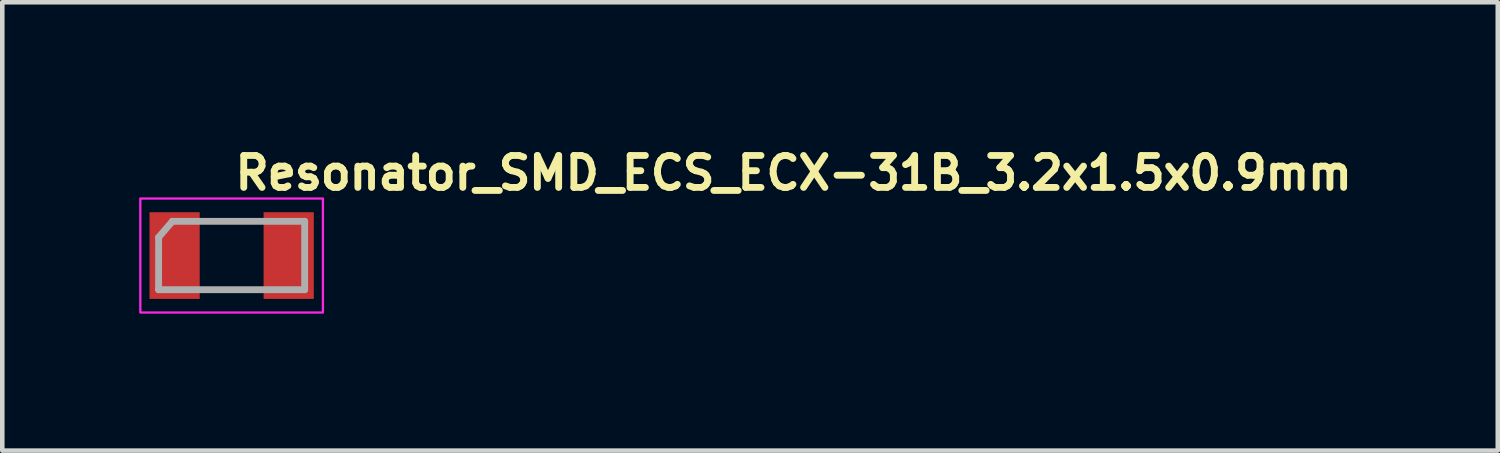
<source format=kicad_pcb>
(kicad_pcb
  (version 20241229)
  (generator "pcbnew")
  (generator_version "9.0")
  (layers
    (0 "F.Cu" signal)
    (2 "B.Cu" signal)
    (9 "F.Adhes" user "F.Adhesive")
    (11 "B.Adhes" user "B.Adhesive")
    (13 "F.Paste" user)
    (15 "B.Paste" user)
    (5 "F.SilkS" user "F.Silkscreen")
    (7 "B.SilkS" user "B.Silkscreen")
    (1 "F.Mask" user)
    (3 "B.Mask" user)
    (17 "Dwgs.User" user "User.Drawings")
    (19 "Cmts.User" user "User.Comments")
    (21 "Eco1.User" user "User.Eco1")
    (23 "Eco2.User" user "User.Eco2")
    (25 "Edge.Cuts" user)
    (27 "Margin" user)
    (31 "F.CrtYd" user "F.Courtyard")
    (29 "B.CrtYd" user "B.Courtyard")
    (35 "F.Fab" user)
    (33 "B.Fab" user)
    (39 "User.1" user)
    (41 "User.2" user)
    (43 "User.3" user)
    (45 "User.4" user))
  (footprint "Resonator_SMD_ECS_ECX-31B_3.2x1.5x0.9mm"
    (layer "F.Cu")
    (at 2.026 2.55)
    (property "Reference" "Resonator_SMD_ECS_ECX-31B_3.2x1.5x0.9mm" (at 0 -1.4 0) (layer "F.SilkS") (effects (font (size 0.7 0.7) (thickness 0.15)) (justify left bottom)))
    (attr smd)
    (fp_rect (start -2.001 -1.25) (end 2 1.248) (stroke (width 0.05) (type solid)) (fill no) (layer "F.CrtYd"))
    (fp_line (start -1.601 0.748) (end -1.6 -0.4) (stroke (width 0.15) (type solid)) (layer "F.Fab"))
    (fp_line (start -1.601 0.748) (end 1.6 0.748) (stroke (width 0.15) (type solid)) (layer "F.Fab"))
    (fp_line (start -1.3 -0.75) (end -1.6 -0.4) (stroke (width 0.15) (type solid)) (layer "F.Fab"))
    (fp_line (start 1.6 -0.75) (end -1.3 -0.75) (stroke (width 0.15) (type solid)) (layer "F.Fab"))
    (fp_line (start 1.6 0.748) (end 1.6 -0.75) (stroke (width 0.15) (type solid)) (layer "F.Fab"))
    (fp_rect (start -1.601 -0.75) (end 1.6 0.748) (stroke (width 0.1) (type solid)) (fill no) (layer "User.5"))
    (fp_line (start -1.601 -0.677) (end -1.601 0.675) (stroke (width 0.02) (type solid)) (layer "User.9"))
    (fp_line (start -1.601 0.675) (end -1.597 0.675) (stroke (width 0.02) (type solid)) (layer "User.9"))
    (fp_line (start -1.597 -0.677) (end -1.601 -0.677) (stroke (width 0.02) (type solid)) (layer "User.9"))
    (fp_line (start -1.597 0.675) (end -1.593 0.675) (stroke (width 0.02) (type solid)) (layer "User.9"))
    (fp_line (start -1.593 -0.677) (end -1.597 -0.677) (stroke (width 0.02) (type solid)) (layer "User.9"))
    (fp_line (start -1.593 0.675) (end -1.589 0.675) (stroke (width 0.02) (type solid)) (layer "User.9"))
    (fp_line (start -1.589 -0.677) (end -1.593 -0.677) (stroke (width 0.02) (type solid)) (layer "User.9"))
    (fp_line (start -1.589 0.675) (end -1.587 0.676) (stroke (width 0.02) (type solid)) (layer "User.9"))
    (fp_line (start -1.587 -0.678) (end -1.589 -0.677) (stroke (width 0.02) (type solid)) (layer "User.9"))
    (fp_line (start -1.587 0.676) (end -1.583 0.677) (stroke (width 0.02) (type solid)) (layer "User.9"))
    (fp_line (start -1.583 -0.679) (end -1.587 -0.678) (stroke (width 0.02) (type solid)) (layer "User.9"))
    (fp_line (start -1.583 0.677) (end -1.579 0.678) (stroke (width 0.02) (type solid)) (layer "User.9"))
    (fp_line (start -1.579 -0.68) (end -1.583 -0.679) (stroke (width 0.02) (type solid)) (layer "User.9"))
    (fp_line (start -1.579 0.678) (end -1.575 0.679) (stroke (width 0.02) (type solid)) (layer "User.9"))
    (fp_line (start -1.575 -0.681) (end -1.579 -0.68) (stroke (width 0.02) (type solid)) (layer "User.9"))
    (fp_line (start -1.575 0.679) (end -1.573 0.68) (stroke (width 0.02) (type solid)) (layer "User.9"))
    (fp_line (start -1.573 -0.682) (end -1.575 -0.681) (stroke (width 0.02) (type solid)) (layer "User.9"))
    (fp_line (start -1.573 0.68) (end -1.569 0.682) (stroke (width 0.02) (type solid)) (layer "User.9"))
    (fp_line (start -1.569 -0.684) (end -1.573 -0.682) (stroke (width 0.02) (type solid)) (layer "User.9"))
    (fp_line (start -1.569 0.682) (end -1.565 0.683) (stroke (width 0.02) (type solid)) (layer "User.9"))
    (fp_line (start -1.565 -0.685) (end -1.569 -0.684) (stroke (width 0.02) (type solid)) (layer "User.9"))
    (fp_line (start -1.565 0.683) (end -1.563 0.685) (stroke (width 0.02) (type solid)) (layer "User.9"))
    (fp_line (start -1.563 -0.687) (end -1.565 -0.685) (stroke (width 0.02) (type solid)) (layer "User.9"))
    (fp_line (start -1.563 0.685) (end -1.559 0.687) (stroke (width 0.02) (type solid)) (layer "User.9"))
    (fp_line (start -1.559 -0.689) (end -1.563 -0.687) (stroke (width 0.02) (type solid)) (layer "User.9"))
    (fp_line (start -1.559 0.687) (end -1.557 0.689) (stroke (width 0.02) (type solid)) (layer "User.9"))
    (fp_line (start -1.557 -0.691) (end -1.559 -0.689) (stroke (width 0.02) (type solid)) (layer "User.9"))
    (fp_line (start -1.557 0.689) (end -1.553 0.691) (stroke (width 0.02) (type solid)) (layer "User.9"))
    (fp_line (start -1.553 -0.693) (end -1.557 -0.691) (stroke (width 0.02) (type solid)) (layer "User.9"))
    (fp_line (start -1.553 0.691) (end -1.551 0.694) (stroke (width 0.02) (type solid)) (layer "User.9"))
    (fp_line (start -1.551 -0.696) (end -1.553 -0.693) (stroke (width 0.02) (type solid)) (layer "User.9"))
    (fp_line (start -1.551 0.694) (end -1.547 0.696) (stroke (width 0.02) (type solid)) (layer "User.9"))
    (fp_line (start -1.547 -0.698) (end -1.551 -0.696) (stroke (width 0.02) (type solid)) (layer "User.9"))
    (fp_line (start -1.547 -0.698) (end -1.547 -0.698) (stroke (width 0.02) (type solid)) (layer "User.9"))
    (fp_line (start -1.547 0.696) (end -1.547 0.696) (stroke (width 0.02) (type solid)) (layer "User.9"))
    (fp_line (start -1.547 0.696) (end -1.545 0.699) (stroke (width 0.02) (type solid)) (layer "User.9"))
    (fp_line (start -1.545 -0.701) (end -1.547 -0.698) (stroke (width 0.02) (type solid)) (layer "User.9"))
    (fp_line (start -1.545 0.699) (end -1.543 0.702) (stroke (width 0.02) (type solid)) (layer "User.9"))
    (fp_line (start -1.543 -0.704) (end -1.545 -0.701) (stroke (width 0.02) (type solid)) (layer "User.9"))
    (fp_line (start -1.543 0.702) (end -1.541 0.704) (stroke (width 0.02) (type solid)) (layer "User.9"))
    (fp_line (start -1.541 -0.706) (end -1.543 -0.704) (stroke (width 0.02) (type solid)) (layer "User.9"))
    (fp_line (start -1.541 0.704) (end -1.539 0.707) (stroke (width 0.02) (type solid)) (layer "User.9"))
    (fp_line (start -1.539 -0.709) (end -1.541 -0.706) (stroke (width 0.02) (type solid)) (layer "User.9"))
    (fp_line (start -1.539 0.707) (end -1.536 0.71) (stroke (width 0.02) (type solid)) (layer "User.9"))
    (fp_line (start -1.536 -0.712) (end -1.539 -0.709) (stroke (width 0.02) (type solid)) (layer "User.9"))
    (fp_line (start -1.536 0.71) (end -1.534 0.713) (stroke (width 0.02) (type solid)) (layer "User.9"))
    (fp_line (start -1.534 -0.718) (end -1.534 -0.715) (stroke (width 0.02) (type solid)) (layer "User.9"))
    (fp_line (start -1.534 -0.715) (end -1.536 -0.712) (stroke (width 0.02) (type solid)) (layer "User.9"))
    (fp_line (start -1.534 0.713) (end -1.534 0.716) (stroke (width 0.02) (type solid)) (layer "User.9"))
    (fp_line (start -1.534 0.716) (end -1.532 0.72) (stroke (width 0.02) (type solid)) (layer "User.9"))
    (fp_line (start -1.532 -0.722) (end -1.534 -0.718) (stroke (width 0.02) (type solid)) (layer "User.9"))
    (fp_line (start -1.532 0.72) (end -1.53 0.723) (stroke (width 0.02) (type solid)) (layer "User.9"))
    (fp_line (start -1.53 -0.729) (end -1.53 -0.725) (stroke (width 0.02) (type solid)) (layer "User.9"))
    (fp_line (start -1.53 -0.725) (end -1.532 -0.722) (stroke (width 0.02) (type solid)) (layer "User.9"))
    (fp_line (start -1.53 0.723) (end -1.53 0.727) (stroke (width 0.02) (type solid)) (layer "User.9"))
    (fp_line (start -1.53 0.727) (end -1.528 0.73) (stroke (width 0.02) (type solid)) (layer "User.9"))
    (fp_line (start -1.528 -0.736) (end -1.528 -0.732) (stroke (width 0.02) (type solid)) (layer "User.9"))
    (fp_line (start -1.528 -0.732) (end -1.53 -0.729) (stroke (width 0.02) (type solid)) (layer "User.9"))
    (fp_line (start -1.528 0.73) (end -1.528 0.734) (stroke (width 0.02) (type solid)) (layer "User.9"))
    (fp_line (start -1.528 0.734) (end -1.526 0.737) (stroke (width 0.02) (type solid)) (layer "User.9"))
    (fp_line (start -1.526 -0.75) (end -1.526 -0.747) (stroke (width 0.02) (type solid)) (layer "User.9"))
    (fp_line (start -1.526 -0.747) (end -1.526 -0.743) (stroke (width 0.02) (type solid)) (layer "User.9"))
    (fp_line (start -1.526 -0.743) (end -1.526 -0.739) (stroke (width 0.02) (type solid)) (layer "User.9"))
    (fp_line (start -1.526 -0.739) (end -1.528 -0.736) (stroke (width 0.02) (type solid)) (layer "User.9"))
    (fp_line (start -1.526 0.737) (end -1.526 0.741) (stroke (width 0.02) (type solid)) (layer "User.9"))
    (fp_line (start -1.526 0.741) (end -1.526 0.745) (stroke (width 0.02) (type solid)) (layer "User.9"))
    (fp_line (start -1.526 0.745) (end -1.526 0.748) (stroke (width 0.02) (type solid)) (layer "User.9"))
    (fp_line (start -1.526 0.748) (end 1.523 0.748) (stroke (width 0.02) (type solid)) (layer "User.9"))
    (fp_line (start -1.5 -0.567) (end -1.498 -0.572) (stroke (width 0.02) (type solid)) (layer "User.9"))
    (fp_line (start -1.5 -0.562) (end -1.5 -0.567) (stroke (width 0.02) (type solid)) (layer "User.9"))
    (fp_line (start -1.5 -0.557) (end -1.5 -0.562) (stroke (width 0.02) (type solid)) (layer "User.9"))
    (fp_line (start -1.5 -0.552) (end -1.5 -0.557) (stroke (width 0.02) (type solid)) (layer "User.9"))
    (fp_line (start -1.5 0.55) (end -1.5 -0.552) (stroke (width 0.02) (type solid)) (layer "User.9"))
    (fp_line (start -1.5 0.555) (end -1.5 0.55) (stroke (width 0.02) (type solid)) (layer "User.9"))
    (fp_line (start -1.5 0.56) (end -1.5 0.555) (stroke (width 0.02) (type solid)) (layer "User.9"))
    (fp_line (start -1.5 0.565) (end -1.5 0.56) (stroke (width 0.02) (type solid)) (layer "User.9"))
    (fp_line (start -1.498 -0.576) (end -1.496 -0.58) (stroke (width 0.02) (type solid)) (layer "User.9"))
    (fp_line (start -1.498 -0.572) (end -1.498 -0.576) (stroke (width 0.02) (type solid)) (layer "User.9"))
    (fp_line (start -1.498 0.57) (end -1.5 0.565) (stroke (width 0.02) (type solid)) (layer "User.9"))
    (fp_line (start -1.498 0.574) (end -1.498 0.57) (stroke (width 0.02) (type solid)) (layer "User.9"))
    (fp_line (start -1.496 -0.58) (end -1.494 -0.585) (stroke (width 0.02) (type solid)) (layer "User.9"))
    (fp_line (start -1.496 0.578) (end -1.498 0.574) (stroke (width 0.02) (type solid)) (layer "User.9"))
    (fp_line (start -1.494 -0.589) (end -1.492 -0.594) (stroke (width 0.02) (type solid)) (layer "User.9"))
    (fp_line (start -1.494 -0.585) (end -1.494 -0.589) (stroke (width 0.02) (type solid)) (layer "User.9"))
    (fp_line (start -1.494 0.583) (end -1.496 0.578) (stroke (width 0.02) (type solid)) (layer "User.9"))
    (fp_line (start -1.494 0.587) (end -1.494 0.583) (stroke (width 0.02) (type solid)) (layer "User.9"))
    (fp_line (start -1.492 -0.594) (end -1.488 -0.598) (stroke (width 0.02) (type solid)) (layer "User.9"))
    (fp_line (start -1.492 0.592) (end -1.494 0.587) (stroke (width 0.02) (type solid)) (layer "User.9"))
    (fp_line (start -1.488 -0.598) (end -1.486 -0.602) (stroke (width 0.02) (type solid)) (layer "User.9"))
    (fp_line (start -1.488 0.596) (end -1.492 0.592) (stroke (width 0.02) (type solid)) (layer "User.9"))
    (fp_line (start -1.486 -0.602) (end -1.484 -0.606) (stroke (width 0.02) (type solid)) (layer "User.9"))
    (fp_line (start -1.486 0.6) (end -1.488 0.596) (stroke (width 0.02) (type solid)) (layer "User.9"))
    (fp_line (start -1.484 -0.606) (end -1.482 -0.61) (stroke (width 0.02) (type solid)) (layer "User.9"))
    (fp_line (start -1.484 0.604) (end -1.486 0.6) (stroke (width 0.02) (type solid)) (layer "User.9"))
    (fp_line (start -1.482 -0.61) (end -1.478 -0.614) (stroke (width 0.02) (type solid)) (layer "User.9"))
    (fp_line (start -1.482 0.608) (end -1.484 0.604) (stroke (width 0.02) (type solid)) (layer "User.9"))
    (fp_line (start -1.478 -0.614) (end -1.476 -0.618) (stroke (width 0.02) (type solid)) (layer "User.9"))
    (fp_line (start -1.478 0.612) (end -1.482 0.608) (stroke (width 0.02) (type solid)) (layer "User.9"))
    (fp_line (start -1.476 -0.618) (end -1.472 -0.621) (stroke (width 0.02) (type solid)) (layer "User.9"))
    (fp_line (start -1.476 0.616) (end -1.478 0.612) (stroke (width 0.02) (type solid)) (layer "User.9"))
    (fp_line (start -1.472 -0.621) (end -1.468 -0.625) (stroke (width 0.02) (type solid)) (layer "User.9"))
    (fp_line (start -1.472 0.619) (end -1.476 0.616) (stroke (width 0.02) (type solid)) (layer "User.9"))
    (fp_line (start -1.468 -0.625) (end -1.464 -0.628) (stroke (width 0.02) (type solid)) (layer "User.9"))
    (fp_line (start -1.468 0.623) (end -1.472 0.619) (stroke (width 0.02) (type solid)) (layer "User.9"))
    (fp_line (start -1.464 -0.628) (end -1.46 -0.631) (stroke (width 0.02) (type solid)) (layer "User.9"))
    (fp_line (start -1.464 0.626) (end -1.468 0.623) (stroke (width 0.02) (type solid)) (layer "User.9"))
    (fp_line (start -1.46 -0.631) (end -1.456 -0.633) (stroke (width 0.02) (type solid)) (layer "User.9"))
    (fp_line (start -1.46 0.629) (end -1.464 0.626) (stroke (width 0.02) (type solid)) (layer "User.9"))
    (fp_line (start -1.456 -0.633) (end -1.452 -0.636) (stroke (width 0.02) (type solid)) (layer "User.9"))
    (fp_line (start -1.456 0.631) (end -1.46 0.629) (stroke (width 0.02) (type solid)) (layer "User.9"))
    (fp_line (start -1.452 -0.636) (end -1.448 -0.638) (stroke (width 0.02) (type solid)) (layer "User.9"))
    (fp_line (start -1.452 0.634) (end -1.456 0.631) (stroke (width 0.02) (type solid)) (layer "User.9"))
    (fp_line (start -1.448 -0.638) (end -1.444 -0.642) (stroke (width 0.02) (type solid)) (layer "User.9"))
    (fp_line (start -1.448 0.636) (end -1.452 0.634) (stroke (width 0.02) (type solid)) (layer "User.9"))
    (fp_line (start -1.444 -0.642) (end -1.44 -0.644) (stroke (width 0.02) (type solid)) (layer "User.9"))
    (fp_line (start -1.444 0.64) (end -1.448 0.636) (stroke (width 0.02) (type solid)) (layer "User.9"))
    (fp_line (start -1.44 -0.644) (end -1.436 -0.645) (stroke (width 0.02) (type solid)) (layer "User.9"))
    (fp_line (start -1.44 0.642) (end -1.444 0.64) (stroke (width 0.02) (type solid)) (layer "User.9"))
    (fp_line (start -1.436 -0.645) (end -1.43 -0.647) (stroke (width 0.02) (type solid)) (layer "User.9"))
    (fp_line (start -1.436 0.643) (end -1.44 0.642) (stroke (width 0.02) (type solid)) (layer "User.9"))
    (fp_line (start -1.43 -0.647) (end -1.426 -0.648) (stroke (width 0.02) (type solid)) (layer "User.9"))
    (fp_line (start -1.43 0.645) (end -1.436 0.643) (stroke (width 0.02) (type solid)) (layer "User.9"))
    (fp_line (start -1.426 -0.648) (end -1.422 -0.649) (stroke (width 0.02) (type solid)) (layer "User.9"))
    (fp_line (start -1.426 0.646) (end -1.43 0.645) (stroke (width 0.02) (type solid)) (layer "User.9"))
    (fp_line (start -1.422 -0.649) (end -1.416 -0.65) (stroke (width 0.02) (type solid)) (layer "User.9"))
    (fp_line (start -1.422 0.647) (end -1.426 0.646) (stroke (width 0.02) (type solid)) (layer "User.9"))
    (fp_line (start -1.416 -0.65) (end -1.412 -0.651) (stroke (width 0.02) (type solid)) (layer "User.9"))
    (fp_line (start -1.416 0.648) (end -1.422 0.647) (stroke (width 0.02) (type solid)) (layer "User.9"))
    (fp_line (start -1.412 -0.651) (end -1.407 -0.651) (stroke (width 0.02) (type solid)) (layer "User.9"))
    (fp_line (start -1.412 0.649) (end -1.416 0.648) (stroke (width 0.02) (type solid)) (layer "User.9"))
    (fp_line (start -1.407 -0.651) (end -1.401 -0.652) (stroke (width 0.02) (type solid)) (layer "User.9"))
    (fp_line (start -1.407 0.649) (end -1.412 0.649) (stroke (width 0.02) (type solid)) (layer "User.9"))
    (fp_line (start -1.401 -0.652) (end 1.398 -0.652) (stroke (width 0.02) (type solid)) (layer "User.9"))
    (fp_line (start -1.401 0.65) (end -1.407 0.649) (stroke (width 0.02) (type solid)) (layer "User.9"))
    (fp_line (start 1.398 -0.652) (end 1.404 -0.651) (stroke (width 0.02) (type solid)) (layer "User.9"))
    (fp_line (start 1.398 0.65) (end -1.401 0.65) (stroke (width 0.02) (type solid)) (layer "User.9"))
    (fp_line (start 1.404 -0.651) (end 1.409 -0.651) (stroke (width 0.02) (type solid)) (layer "User.9"))
    (fp_line (start 1.404 0.649) (end 1.398 0.65) (stroke (width 0.02) (type solid)) (layer "User.9"))
    (fp_line (start 1.409 -0.651) (end 1.415 -0.65) (stroke (width 0.02) (type solid)) (layer "User.9"))
    (fp_line (start 1.409 0.649) (end 1.404 0.649) (stroke (width 0.02) (type solid)) (layer "User.9"))
    (fp_line (start 1.415 -0.65) (end 1.419 -0.649) (stroke (width 0.02) (type solid)) (layer "User.9"))
    (fp_line (start 1.415 0.648) (end 1.409 0.649) (stroke (width 0.02) (type solid)) (layer "User.9"))
    (fp_line (start 1.419 -0.649) (end 1.423 -0.648) (stroke (width 0.02) (type solid)) (layer "User.9"))
    (fp_line (start 1.419 0.647) (end 1.415 0.648) (stroke (width 0.02) (type solid)) (layer "User.9"))
    (fp_line (start 1.423 -0.648) (end 1.429 -0.647) (stroke (width 0.02) (type solid)) (layer "User.9"))
    (fp_line (start 1.423 0.646) (end 1.419 0.647) (stroke (width 0.02) (type solid)) (layer "User.9"))
    (fp_line (start 1.429 -0.647) (end 1.433 -0.645) (stroke (width 0.02) (type solid)) (layer "User.9"))
    (fp_line (start 1.429 0.645) (end 1.423 0.646) (stroke (width 0.02) (type solid)) (layer "User.9"))
    (fp_line (start 1.433 -0.645) (end 1.437 -0.644) (stroke (width 0.02) (type solid)) (layer "User.9"))
    (fp_line (start 1.433 0.643) (end 1.429 0.645) (stroke (width 0.02) (type solid)) (layer "User.9"))
    (fp_line (start 1.437 -0.644) (end 1.443 -0.642) (stroke (width 0.02) (type solid)) (layer "User.9"))
    (fp_line (start 1.437 0.642) (end 1.433 0.643) (stroke (width 0.02) (type solid)) (layer "User.9"))
    (fp_line (start 1.443 -0.642) (end 1.447 -0.638) (stroke (width 0.02) (type solid)) (layer "User.9"))
    (fp_line (start 1.443 0.64) (end 1.437 0.642) (stroke (width 0.02) (type solid)) (layer "User.9"))
    (fp_line (start 1.447 -0.638) (end 1.451 -0.636) (stroke (width 0.02) (type solid)) (layer "User.9"))
    (fp_line (start 1.447 0.636) (end 1.443 0.64) (stroke (width 0.02) (type solid)) (layer "User.9"))
    (fp_line (start 1.451 -0.636) (end 1.455 -0.633) (stroke (width 0.02) (type solid)) (layer "User.9"))
    (fp_line (start 1.451 0.634) (end 1.447 0.636) (stroke (width 0.02) (type solid)) (layer "User.9"))
    (fp_line (start 1.455 -0.633) (end 1.459 -0.631) (stroke (width 0.02) (type solid)) (layer "User.9"))
    (fp_line (start 1.455 0.631) (end 1.451 0.634) (stroke (width 0.02) (type solid)) (layer "User.9"))
    (fp_line (start 1.459 -0.631) (end 1.463 -0.628) (stroke (width 0.02) (type solid)) (layer "User.9"))
    (fp_line (start 1.459 0.629) (end 1.455 0.631) (stroke (width 0.02) (type solid)) (layer "User.9"))
    (fp_line (start 1.463 -0.628) (end 1.467 -0.625) (stroke (width 0.02) (type solid)) (layer "User.9"))
    (fp_line (start 1.463 0.626) (end 1.459 0.629) (stroke (width 0.02) (type solid)) (layer "User.9"))
    (fp_line (start 1.467 -0.625) (end 1.469 -0.621) (stroke (width 0.02) (type solid)) (layer "User.9"))
    (fp_line (start 1.467 0.623) (end 1.463 0.626) (stroke (width 0.02) (type solid)) (layer "User.9"))
    (fp_line (start 1.469 -0.621) (end 1.473 -0.618) (stroke (width 0.02) (type solid)) (layer "User.9"))
    (fp_line (start 1.469 0.619) (end 1.467 0.623) (stroke (width 0.02) (type solid)) (layer "User.9"))
    (fp_line (start 1.473 -0.618) (end 1.477 -0.614) (stroke (width 0.02) (type solid)) (layer "User.9"))
    (fp_line (start 1.473 0.616) (end 1.469 0.619) (stroke (width 0.02) (type solid)) (layer "User.9"))
    (fp_line (start 1.477 -0.614) (end 1.479 -0.61) (stroke (width 0.02) (type solid)) (layer "User.9"))
    (fp_line (start 1.477 0.612) (end 1.473 0.616) (stroke (width 0.02) (type solid)) (layer "User.9"))
    (fp_line (start 1.479 -0.61) (end 1.481 -0.606) (stroke (width 0.02) (type solid)) (layer "User.9"))
    (fp_line (start 1.479 0.608) (end 1.477 0.612) (stroke (width 0.02) (type solid)) (layer "User.9"))
    (fp_line (start 1.481 -0.606) (end 1.485 -0.602) (stroke (width 0.02) (type solid)) (layer "User.9"))
    (fp_line (start 1.481 0.604) (end 1.479 0.608) (stroke (width 0.02) (type solid)) (layer "User.9"))
    (fp_line (start 1.485 -0.602) (end 1.487 -0.598) (stroke (width 0.02) (type solid)) (layer "User.9"))
    (fp_line (start 1.485 0.6) (end 1.481 0.604) (stroke (width 0.02) (type solid)) (layer "User.9"))
    (fp_line (start 1.487 -0.598) (end 1.489 -0.594) (stroke (width 0.02) (type solid)) (layer "User.9"))
    (fp_line (start 1.487 0.596) (end 1.485 0.6) (stroke (width 0.02) (type solid)) (layer "User.9"))
    (fp_line (start 1.489 -0.594) (end 1.491 -0.589) (stroke (width 0.02) (type solid)) (layer "User.9"))
    (fp_line (start 1.489 0.592) (end 1.487 0.596) (stroke (width 0.02) (type solid)) (layer "User.9"))
    (fp_line (start 1.491 -0.589) (end 1.493 -0.585) (stroke (width 0.02) (type solid)) (layer "User.9"))
    (fp_line (start 1.491 0.587) (end 1.489 0.592) (stroke (width 0.02) (type solid)) (layer "User.9"))
    (fp_line (start 1.493 -0.585) (end 1.495 -0.58) (stroke (width 0.02) (type solid)) (layer "User.9"))
    (fp_line (start 1.493 0.583) (end 1.491 0.587) (stroke (width 0.02) (type solid)) (layer "User.9"))
    (fp_line (start 1.495 -0.58) (end 1.495 -0.576) (stroke (width 0.02) (type solid)) (layer "User.9"))
    (fp_line (start 1.495 -0.576) (end 1.497 -0.572) (stroke (width 0.02) (type solid)) (layer "User.9"))
    (fp_line (start 1.495 0.574) (end 1.495 0.578) (stroke (width 0.02) (type solid)) (layer "User.9"))
    (fp_line (start 1.495 0.578) (end 1.493 0.583) (stroke (width 0.02) (type solid)) (layer "User.9"))
    (fp_line (start 1.497 -0.572) (end 1.497 -0.567) (stroke (width 0.02) (type solid)) (layer "User.9"))
    (fp_line (start 1.497 -0.567) (end 1.499 -0.562) (stroke (width 0.02) (type solid)) (layer "User.9"))
    (fp_line (start 1.497 0.565) (end 1.497 0.57) (stroke (width 0.02) (type solid)) (layer "User.9"))
    (fp_line (start 1.497 0.57) (end 1.495 0.574) (stroke (width 0.02) (type solid)) (layer "User.9"))
    (fp_line (start 1.499 -0.562) (end 1.499 -0.557) (stroke (width 0.02) (type solid)) (layer "User.9"))
    (fp_line (start 1.499 -0.557) (end 1.499 -0.552) (stroke (width 0.02) (type solid)) (layer "User.9"))
    (fp_line (start 1.499 -0.552) (end 1.499 0.55) (stroke (width 0.02) (type solid)) (layer "User.9"))
    (fp_line (start 1.499 0.55) (end 1.499 0.555) (stroke (width 0.02) (type solid)) (layer "User.9"))
    (fp_line (start 1.499 0.555) (end 1.499 0.56) (stroke (width 0.02) (type solid)) (layer "User.9"))
    (fp_line (start 1.499 0.56) (end 1.497 0.565) (stroke (width 0.02) (type solid)) (layer "User.9"))
    (fp_line (start 1.523 -0.75) (end -1.526 -0.75) (stroke (width 0.02) (type solid)) (layer "User.9"))
    (fp_line (start 1.523 0.748) (end 1.525 0.745) (stroke (width 0.02) (type solid)) (layer "User.9"))
    (fp_line (start 1.525 -0.747) (end 1.523 -0.75) (stroke (width 0.02) (type solid)) (layer "User.9"))
    (fp_line (start 1.525 -0.743) (end 1.525 -0.747) (stroke (width 0.02) (type solid)) (layer "User.9"))
    (fp_line (start 1.525 -0.739) (end 1.525 -0.743) (stroke (width 0.02) (type solid)) (layer "User.9"))
    (fp_line (start 1.525 -0.736) (end 1.525 -0.739) (stroke (width 0.02) (type solid)) (layer "User.9"))
    (fp_line (start 1.525 0.734) (end 1.527 0.73) (stroke (width 0.02) (type solid)) (layer "User.9"))
    (fp_line (start 1.525 0.737) (end 1.525 0.734) (stroke (width 0.02) (type solid)) (layer "User.9"))
    (fp_line (start 1.525 0.741) (end 1.525 0.737) (stroke (width 0.02) (type solid)) (layer "User.9"))
    (fp_line (start 1.525 0.745) (end 1.525 0.741) (stroke (width 0.02) (type solid)) (layer "User.9"))
    (fp_line (start 1.527 -0.732) (end 1.525 -0.736) (stroke (width 0.02) (type solid)) (layer "User.9"))
    (fp_line (start 1.527 -0.729) (end 1.527 -0.732) (stroke (width 0.02) (type solid)) (layer "User.9"))
    (fp_line (start 1.527 0.727) (end 1.529 0.723) (stroke (width 0.02) (type solid)) (layer "User.9"))
    (fp_line (start 1.527 0.73) (end 1.527 0.727) (stroke (width 0.02) (type solid)) (layer "User.9"))
    (fp_line (start 1.529 -0.725) (end 1.527 -0.729) (stroke (width 0.02) (type solid)) (layer "User.9"))
    (fp_line (start 1.529 -0.722) (end 1.529 -0.725) (stroke (width 0.02) (type solid)) (layer "User.9"))
    (fp_line (start 1.529 0.72) (end 1.531 0.716) (stroke (width 0.02) (type solid)) (layer "User.9"))
    (fp_line (start 1.529 0.723) (end 1.529 0.72) (stroke (width 0.02) (type solid)) (layer "User.9"))
    (fp_line (start 1.531 -0.718) (end 1.529 -0.722) (stroke (width 0.02) (type solid)) (layer "User.9"))
    (fp_line (start 1.531 0.716) (end 1.533 0.713) (stroke (width 0.02) (type solid)) (layer "User.9"))
    (fp_line (start 1.533 -0.715) (end 1.531 -0.718) (stroke (width 0.02) (type solid)) (layer "User.9"))
    (fp_line (start 1.533 0.713) (end 1.535 0.71) (stroke (width 0.02) (type solid)) (layer "User.9"))
    (fp_line (start 1.535 -0.712) (end 1.533 -0.715) (stroke (width 0.02) (type solid)) (layer "User.9"))
    (fp_line (start 1.535 0.71) (end 1.536 0.707) (stroke (width 0.02) (type solid)) (layer "User.9"))
    (fp_line (start 1.536 -0.709) (end 1.535 -0.712) (stroke (width 0.02) (type solid)) (layer "User.9"))
    (fp_line (start 1.536 0.707) (end 1.538 0.704) (stroke (width 0.02) (type solid)) (layer "User.9"))
    (fp_line (start 1.538 -0.706) (end 1.536 -0.709) (stroke (width 0.02) (type solid)) (layer "User.9"))
    (fp_line (start 1.538 0.704) (end 1.54 0.702) (stroke (width 0.02) (type solid)) (layer "User.9"))
    (fp_line (start 1.54 -0.704) (end 1.538 -0.706) (stroke (width 0.02) (type solid)) (layer "User.9"))
    (fp_line (start 1.54 0.702) (end 1.544 0.699) (stroke (width 0.02) (type solid)) (layer "User.9"))
    (fp_line (start 1.544 -0.701) (end 1.54 -0.704) (stroke (width 0.02) (type solid)) (layer "User.9"))
    (fp_line (start 1.544 0.699) (end 1.546 0.696) (stroke (width 0.02) (type solid)) (layer "User.9"))
    (fp_line (start 1.546 -0.698) (end 1.544 -0.701) (stroke (width 0.02) (type solid)) (layer "User.9"))
    (fp_line (start 1.546 -0.698) (end 1.546 -0.698) (stroke (width 0.02) (type solid)) (layer "User.9"))
    (fp_line (start 1.546 0.696) (end 1.546 0.696) (stroke (width 0.02) (type solid)) (layer "User.9"))
    (fp_line (start 1.546 0.696) (end 1.548 0.694) (stroke (width 0.02) (type solid)) (layer "User.9"))
    (fp_line (start 1.548 -0.696) (end 1.546 -0.698) (stroke (width 0.02) (type solid)) (layer "User.9"))
    (fp_line (start 1.548 0.694) (end 1.552 0.691) (stroke (width 0.02) (type solid)) (layer "User.9"))
    (fp_line (start 1.552 -0.693) (end 1.548 -0.696) (stroke (width 0.02) (type solid)) (layer "User.9"))
    (fp_line (start 1.552 0.691) (end 1.554 0.689) (stroke (width 0.02) (type solid)) (layer "User.9"))
    (fp_line (start 1.554 -0.691) (end 1.552 -0.693) (stroke (width 0.02) (type solid)) (layer "User.9"))
    (fp_line (start 1.554 0.689) (end 1.558 0.687) (stroke (width 0.02) (type solid)) (layer "User.9"))
    (fp_line (start 1.558 -0.689) (end 1.554 -0.691) (stroke (width 0.02) (type solid)) (layer "User.9"))
    (fp_line (start 1.558 0.687) (end 1.56 0.685) (stroke (width 0.02) (type solid)) (layer "User.9"))
    (fp_line (start 1.56 -0.687) (end 1.558 -0.689) (stroke (width 0.02) (type solid)) (layer "User.9"))
    (fp_line (start 1.56 0.685) (end 1.564 0.683) (stroke (width 0.02) (type solid)) (layer "User.9"))
    (fp_line (start 1.564 -0.685) (end 1.56 -0.687) (stroke (width 0.02) (type solid)) (layer "User.9"))
    (fp_line (start 1.564 0.683) (end 1.566 0.682) (stroke (width 0.02) (type solid)) (layer "User.9"))
    (fp_line (start 1.566 -0.684) (end 1.564 -0.685) (stroke (width 0.02) (type solid)) (layer "User.9"))
    (fp_line (start 1.566 0.682) (end 1.57 0.68) (stroke (width 0.02) (type solid)) (layer "User.9"))
    (fp_line (start 1.57 -0.682) (end 1.566 -0.684) (stroke (width 0.02) (type solid)) (layer "User.9"))
    (fp_line (start 1.57 0.68) (end 1.574 0.679) (stroke (width 0.02) (type solid)) (layer "User.9"))
    (fp_line (start 1.574 -0.681) (end 1.57 -0.682) (stroke (width 0.02) (type solid)) (layer "User.9"))
    (fp_line (start 1.574 0.679) (end 1.578 0.678) (stroke (width 0.02) (type solid)) (layer "User.9"))
    (fp_line (start 1.578 -0.68) (end 1.574 -0.681) (stroke (width 0.02) (type solid)) (layer "User.9"))
    (fp_line (start 1.578 0.678) (end 1.58 0.677) (stroke (width 0.02) (type solid)) (layer "User.9"))
    (fp_line (start 1.58 -0.679) (end 1.578 -0.68) (stroke (width 0.02) (type solid)) (layer "User.9"))
    (fp_line (start 1.58 0.677) (end 1.584 0.676) (stroke (width 0.02) (type solid)) (layer "User.9"))
    (fp_line (start 1.584 -0.678) (end 1.58 -0.679) (stroke (width 0.02) (type solid)) (layer "User.9"))
    (fp_line (start 1.584 0.676) (end 1.588 0.675) (stroke (width 0.02) (type solid)) (layer "User.9"))
    (fp_line (start 1.588 -0.677) (end 1.584 -0.678) (stroke (width 0.02) (type solid)) (layer "User.9"))
    (fp_line (start 1.588 0.675) (end 1.592 0.675) (stroke (width 0.02) (type solid)) (layer "User.9"))
    (fp_line (start 1.592 -0.677) (end 1.588 -0.677) (stroke (width 0.02) (type solid)) (layer "User.9"))
    (fp_line (start 1.592 0.675) (end 1.596 0.675) (stroke (width 0.02) (type solid)) (layer "User.9"))
    (fp_line (start 1.596 -0.677) (end 1.592 -0.677) (stroke (width 0.02) (type solid)) (layer "User.9"))
    (fp_line (start 1.596 0.675) (end 1.6 0.675) (stroke (width 0.02) (type solid)) (layer "User.9"))
    (fp_line (start 1.6 -0.677) (end 1.596 -0.677) (stroke (width 0.02) (type solid)) (layer "User.9"))
    (fp_line (start 1.6 0.675) (end 1.6 -0.677) (stroke (width 0.02) (type solid)) (layer "User.9"))
    (pad "1" smd rect (at -1.25 0) (size 1.1 1.9) (layers "F.Cu" "F.Mask" "F.Paste"))
    (pad "2" smd rect (at 1.25 0) (size 1.1 1.9) (layers "F.Cu" "F.Mask" "F.Paste")))
  (gr_rect
    (start -3 -3)
    (end 29.769 6.823)
    (stroke (width 0.1) (type default))
    (fill no)
    (layer "Edge.Cuts")))
</source>
